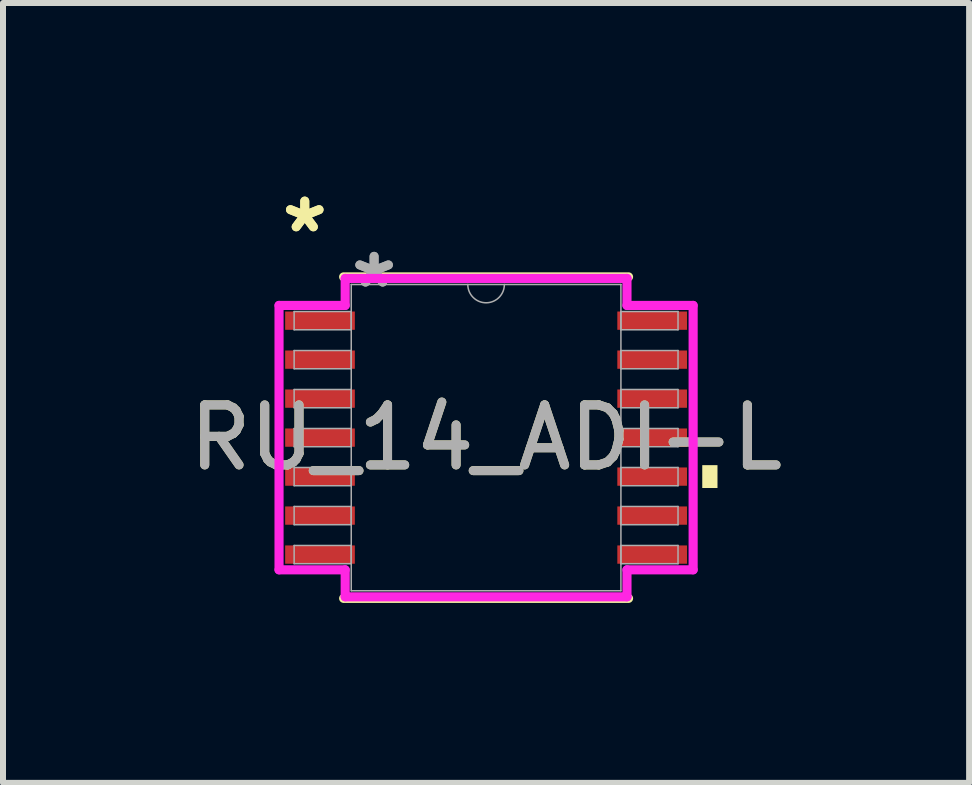
<source format=kicad_pcb>
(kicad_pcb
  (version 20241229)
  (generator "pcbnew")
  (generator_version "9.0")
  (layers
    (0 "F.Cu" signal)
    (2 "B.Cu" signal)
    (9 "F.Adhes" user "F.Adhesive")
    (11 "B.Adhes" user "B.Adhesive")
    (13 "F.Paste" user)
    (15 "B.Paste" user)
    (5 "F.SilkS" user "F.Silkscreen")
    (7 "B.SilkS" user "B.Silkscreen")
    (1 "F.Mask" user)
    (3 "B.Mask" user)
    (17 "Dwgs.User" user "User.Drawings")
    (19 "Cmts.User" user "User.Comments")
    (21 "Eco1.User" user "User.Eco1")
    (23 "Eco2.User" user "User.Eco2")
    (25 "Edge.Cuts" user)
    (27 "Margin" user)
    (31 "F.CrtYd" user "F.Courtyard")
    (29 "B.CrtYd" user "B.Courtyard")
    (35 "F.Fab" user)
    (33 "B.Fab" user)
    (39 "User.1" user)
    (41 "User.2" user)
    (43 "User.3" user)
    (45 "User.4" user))
  (footprint "RU_14_ADI-L"
    (layer "F.Cu")
    (at 5.054 4.246)
    (property "Reference" "RU_14_ADI-L" (at 0 0 0) (unlocked yes) (layer "F.SilkS") (effects (font (size 1 1) (thickness 0.15))))
    (attr smd)
    (fp_line (start -2.375 2.68) (end 2.375 2.68) (stroke (width 0.152) (type solid)) (layer "F.SilkS"))
    (fp_line (start 2.375 -2.68) (end -2.375 -2.68) (stroke (width 0.152) (type solid)) (layer "F.SilkS"))
    (fp_poly (pts (xy 3.858 0.459) (xy 3.858 0.84) (xy 3.604 0.84) (xy 3.604 0.459)) (stroke (width 0) (type solid)) (fill yes) (layer "F.SilkS"))
    (fp_line (start -3.452 -2.204) (end -2.349 -2.204) (stroke (width 0.152) (type solid)) (layer "F.CrtYd"))
    (fp_line (start -3.452 2.204) (end -3.452 -2.204) (stroke (width 0.152) (type solid)) (layer "F.CrtYd"))
    (fp_line (start -3.452 2.204) (end -2.349 2.204) (stroke (width 0.152) (type solid)) (layer "F.CrtYd"))
    (fp_line (start -2.349 -2.654) (end 2.349 -2.654) (stroke (width 0.152) (type solid)) (layer "F.CrtYd"))
    (fp_line (start -2.349 -2.204) (end -2.349 -2.654) (stroke (width 0.152) (type solid)) (layer "F.CrtYd"))
    (fp_line (start -2.349 2.654) (end -2.349 2.204) (stroke (width 0.152) (type solid)) (layer "F.CrtYd"))
    (fp_line (start 2.349 -2.654) (end 2.349 -2.204) (stroke (width 0.152) (type solid)) (layer "F.CrtYd"))
    (fp_line (start 2.349 2.204) (end 2.349 2.654) (stroke (width 0.152) (type solid)) (layer "F.CrtYd"))
    (fp_line (start 2.349 2.654) (end -2.349 2.654) (stroke (width 0.152) (type solid)) (layer "F.CrtYd"))
    (fp_line (start 3.452 -2.204) (end 2.349 -2.204) (stroke (width 0.152) (type solid)) (layer "F.CrtYd"))
    (fp_line (start 3.452 -2.204) (end 3.452 2.204) (stroke (width 0.152) (type solid)) (layer "F.CrtYd"))
    (fp_line (start 3.452 2.204) (end 2.349 2.204) (stroke (width 0.152) (type solid)) (layer "F.CrtYd"))
    (fp_line (start -3.2 -2.102) (end -3.2 -1.798) (stroke (width 0.025) (type solid)) (layer "F.Fab"))
    (fp_line (start -3.2 -1.798) (end -2.248 -1.798) (stroke (width 0.025) (type solid)) (layer "F.Fab"))
    (fp_line (start -3.2 -1.452) (end -3.2 -1.148) (stroke (width 0.025) (type solid)) (layer "F.Fab"))
    (fp_line (start -3.2 -1.148) (end -2.248 -1.148) (stroke (width 0.025) (type solid)) (layer "F.Fab"))
    (fp_line (start -3.2 -0.802) (end -3.2 -0.498) (stroke (width 0.025) (type solid)) (layer "F.Fab"))
    (fp_line (start -3.2 -0.498) (end -2.248 -0.498) (stroke (width 0.025) (type solid)) (layer "F.Fab"))
    (fp_line (start -3.2 -0.152) (end -3.2 0.152) (stroke (width 0.025) (type solid)) (layer "F.Fab"))
    (fp_line (start -3.2 0.152) (end -2.248 0.152) (stroke (width 0.025) (type solid)) (layer "F.Fab"))
    (fp_line (start -3.2 0.498) (end -3.2 0.802) (stroke (width 0.025) (type solid)) (layer "F.Fab"))
    (fp_line (start -3.2 0.802) (end -2.248 0.802) (stroke (width 0.025) (type solid)) (layer "F.Fab"))
    (fp_line (start -3.2 1.148) (end -3.2 1.452) (stroke (width 0.025) (type solid)) (layer "F.Fab"))
    (fp_line (start -3.2 1.452) (end -2.248 1.452) (stroke (width 0.025) (type solid)) (layer "F.Fab"))
    (fp_line (start -3.2 1.798) (end -3.2 2.102) (stroke (width 0.025) (type solid)) (layer "F.Fab"))
    (fp_line (start -3.2 2.102) (end -2.248 2.102) (stroke (width 0.025) (type solid)) (layer "F.Fab"))
    (fp_line (start -2.248 -2.553) (end -2.248 2.553) (stroke (width 0.025) (type solid)) (layer "F.Fab"))
    (fp_line (start -2.248 -2.102) (end -3.2 -2.102) (stroke (width 0.025) (type solid)) (layer "F.Fab"))
    (fp_line (start -2.248 -1.798) (end -2.248 -2.102) (stroke (width 0.025) (type solid)) (layer "F.Fab"))
    (fp_line (start -2.248 -1.452) (end -3.2 -1.452) (stroke (width 0.025) (type solid)) (layer "F.Fab"))
    (fp_line (start -2.248 -1.148) (end -2.248 -1.452) (stroke (width 0.025) (type solid)) (layer "F.Fab"))
    (fp_line (start -2.248 -0.802) (end -3.2 -0.802) (stroke (width 0.025) (type solid)) (layer "F.Fab"))
    (fp_line (start -2.248 -0.498) (end -2.248 -0.802) (stroke (width 0.025) (type solid)) (layer "F.Fab"))
    (fp_line (start -2.248 -0.152) (end -3.2 -0.152) (stroke (width 0.025) (type solid)) (layer "F.Fab"))
    (fp_line (start -2.248 0.152) (end -2.248 -0.152) (stroke (width 0.025) (type solid)) (layer "F.Fab"))
    (fp_line (start -2.248 0.498) (end -3.2 0.498) (stroke (width 0.025) (type solid)) (layer "F.Fab"))
    (fp_line (start -2.248 0.802) (end -2.248 0.498) (stroke (width 0.025) (type solid)) (layer "F.Fab"))
    (fp_line (start -2.248 1.148) (end -3.2 1.148) (stroke (width 0.025) (type solid)) (layer "F.Fab"))
    (fp_line (start -2.248 1.452) (end -2.248 1.148) (stroke (width 0.025) (type solid)) (layer "F.Fab"))
    (fp_line (start -2.248 1.798) (end -3.2 1.798) (stroke (width 0.025) (type solid)) (layer "F.Fab"))
    (fp_line (start -2.248 2.102) (end -2.248 1.798) (stroke (width 0.025) (type solid)) (layer "F.Fab"))
    (fp_line (start -2.248 2.553) (end 2.248 2.553) (stroke (width 0.025) (type solid)) (layer "F.Fab"))
    (fp_line (start 2.248 -2.553) (end -2.248 -2.553) (stroke (width 0.025) (type solid)) (layer "F.Fab"))
    (fp_line (start 2.248 -2.102) (end 2.248 -1.798) (stroke (width 0.025) (type solid)) (layer "F.Fab"))
    (fp_line (start 2.248 -1.798) (end 3.2 -1.798) (stroke (width 0.025) (type solid)) (layer "F.Fab"))
    (fp_line (start 2.248 -1.452) (end 2.248 -1.148) (stroke (width 0.025) (type solid)) (layer "F.Fab"))
    (fp_line (start 2.248 -1.148) (end 3.2 -1.148) (stroke (width 0.025) (type solid)) (layer "F.Fab"))
    (fp_line (start 2.248 -0.802) (end 2.248 -0.498) (stroke (width 0.025) (type solid)) (layer "F.Fab"))
    (fp_line (start 2.248 -0.498) (end 3.2 -0.498) (stroke (width 0.025) (type solid)) (layer "F.Fab"))
    (fp_line (start 2.248 -0.152) (end 2.248 0.152) (stroke (width 0.025) (type solid)) (layer "F.Fab"))
    (fp_line (start 2.248 0.152) (end 3.2 0.152) (stroke (width 0.025) (type solid)) (layer "F.Fab"))
    (fp_line (start 2.248 0.498) (end 2.248 0.802) (stroke (width 0.025) (type solid)) (layer "F.Fab"))
    (fp_line (start 2.248 0.802) (end 3.2 0.802) (stroke (width 0.025) (type solid)) (layer "F.Fab"))
    (fp_line (start 2.248 1.148) (end 2.248 1.452) (stroke (width 0.025) (type solid)) (layer "F.Fab"))
    (fp_line (start 2.248 1.452) (end 3.2 1.452) (stroke (width 0.025) (type solid)) (layer "F.Fab"))
    (fp_line (start 2.248 1.798) (end 2.248 2.102) (stroke (width 0.025) (type solid)) (layer "F.Fab"))
    (fp_line (start 2.248 2.102) (end 3.2 2.102) (stroke (width 0.025) (type solid)) (layer "F.Fab"))
    (fp_line (start 2.248 2.553) (end 2.248 -2.553) (stroke (width 0.025) (type solid)) (layer "F.Fab"))
    (fp_line (start 3.2 -2.102) (end 2.248 -2.102) (stroke (width 0.025) (type solid)) (layer "F.Fab"))
    (fp_line (start 3.2 -1.798) (end 3.2 -2.102) (stroke (width 0.025) (type solid)) (layer "F.Fab"))
    (fp_line (start 3.2 -1.452) (end 2.248 -1.452) (stroke (width 0.025) (type solid)) (layer "F.Fab"))
    (fp_line (start 3.2 -1.148) (end 3.2 -1.452) (stroke (width 0.025) (type solid)) (layer "F.Fab"))
    (fp_line (start 3.2 -0.802) (end 2.248 -0.802) (stroke (width 0.025) (type solid)) (layer "F.Fab"))
    (fp_line (start 3.2 -0.498) (end 3.2 -0.802) (stroke (width 0.025) (type solid)) (layer "F.Fab"))
    (fp_line (start 3.2 -0.152) (end 2.248 -0.152) (stroke (width 0.025) (type solid)) (layer "F.Fab"))
    (fp_line (start 3.2 0.152) (end 3.2 -0.152) (stroke (width 0.025) (type solid)) (layer "F.Fab"))
    (fp_line (start 3.2 0.498) (end 2.248 0.498) (stroke (width 0.025) (type solid)) (layer "F.Fab"))
    (fp_line (start 3.2 0.802) (end 3.2 0.498) (stroke (width 0.025) (type solid)) (layer "F.Fab"))
    (fp_line (start 3.2 1.148) (end 2.248 1.148) (stroke (width 0.025) (type solid)) (layer "F.Fab"))
    (fp_line (start 3.2 1.452) (end 3.2 1.148) (stroke (width 0.025) (type solid)) (layer "F.Fab"))
    (fp_line (start 3.2 1.798) (end 2.248 1.798) (stroke (width 0.025) (type solid)) (layer "F.Fab"))
    (fp_line (start 3.2 2.102) (end 3.2 1.798) (stroke (width 0.025) (type solid)) (layer "F.Fab"))
    (fp_arc (start 0.3048 -2.5527) (mid 0 -2.2479) (end -0.3048 -2.5527) (stroke (width 0.0254) (type solid)) (layer "F.Fab"))
    (fp_text user "*" (at -3.023 -3.398 0) (layer "F.SilkS") (effects (font (size 1 1) (thickness 0.15))))
    (fp_text user "*" (at -3.023 -3.398 0) (unlocked yes) (layer "F.SilkS") (effects (font (size 1 1) (thickness 0.15))))
    (fp_text user "*" (at -1.867 -2.477 0) (layer "F.Fab") (effects (font (size 1 1) (thickness 0.15))))
    (fp_text user "${REFERENCE}" (at 0 0 0) (unlocked yes) (layer "F.Fab") (effects (font (size 1 1) (thickness 0.15))))
    (fp_text user "*" (at -1.867 -2.477 0) (unlocked yes) (layer "F.Fab") (effects (font (size 1 1) (thickness 0.15))))
    (pad "1" smd rect (at -2.769 -1.95) (size 1.162 0.305) (layers "F.Cu" "F.Mask" "F.Paste"))
    (pad "2" smd rect (at -2.769 -1.3) (size 1.162 0.305) (layers "F.Cu" "F.Mask" "F.Paste"))
    (pad "3" smd rect (at -2.769 -0.65) (size 1.162 0.305) (layers "F.Cu" "F.Mask" "F.Paste"))
    (pad "4" smd rect (at -2.769 0) (size 1.162 0.305) (layers "F.Cu" "F.Mask" "F.Paste"))
    (pad "5" smd rect (at -2.769 0.65) (size 1.162 0.305) (layers "F.Cu" "F.Mask" "F.Paste"))
    (pad "6" smd rect (at -2.769 1.3) (size 1.162 0.305) (layers "F.Cu" "F.Mask" "F.Paste"))
    (pad "7" smd rect (at -2.769 1.95) (size 1.162 0.305) (layers "F.Cu" "F.Mask" "F.Paste"))
    (pad "8" smd rect (at 2.769 1.95) (size 1.162 0.305) (layers "F.Cu" "F.Mask" "F.Paste"))
    (pad "9" smd rect (at 2.769 1.3) (size 1.162 0.305) (layers "F.Cu" "F.Mask" "F.Paste"))
    (pad "10" smd rect (at 2.769 0.65) (size 1.162 0.305) (layers "F.Cu" "F.Mask" "F.Paste"))
    (pad "11" smd rect (at 2.769 0) (size 1.162 0.305) (layers "F.Cu" "F.Mask" "F.Paste"))
    (pad "12" smd rect (at 2.769 -0.65) (size 1.162 0.305) (layers "F.Cu" "F.Mask" "F.Paste"))
    (pad "13" smd rect (at 2.769 -1.3) (size 1.162 0.305) (layers "F.Cu" "F.Mask" "F.Paste"))
    (pad "14" smd rect (at 2.769 -1.95) (size 1.162 0.305) (layers "F.Cu" "F.Mask" "F.Paste")))
  (gr_rect
    (start -3 -3)
    (end 13.107 10.002)
    (stroke (width 0.1) (type default))
    (fill no)
    (layer "Edge.Cuts")))
</source>
